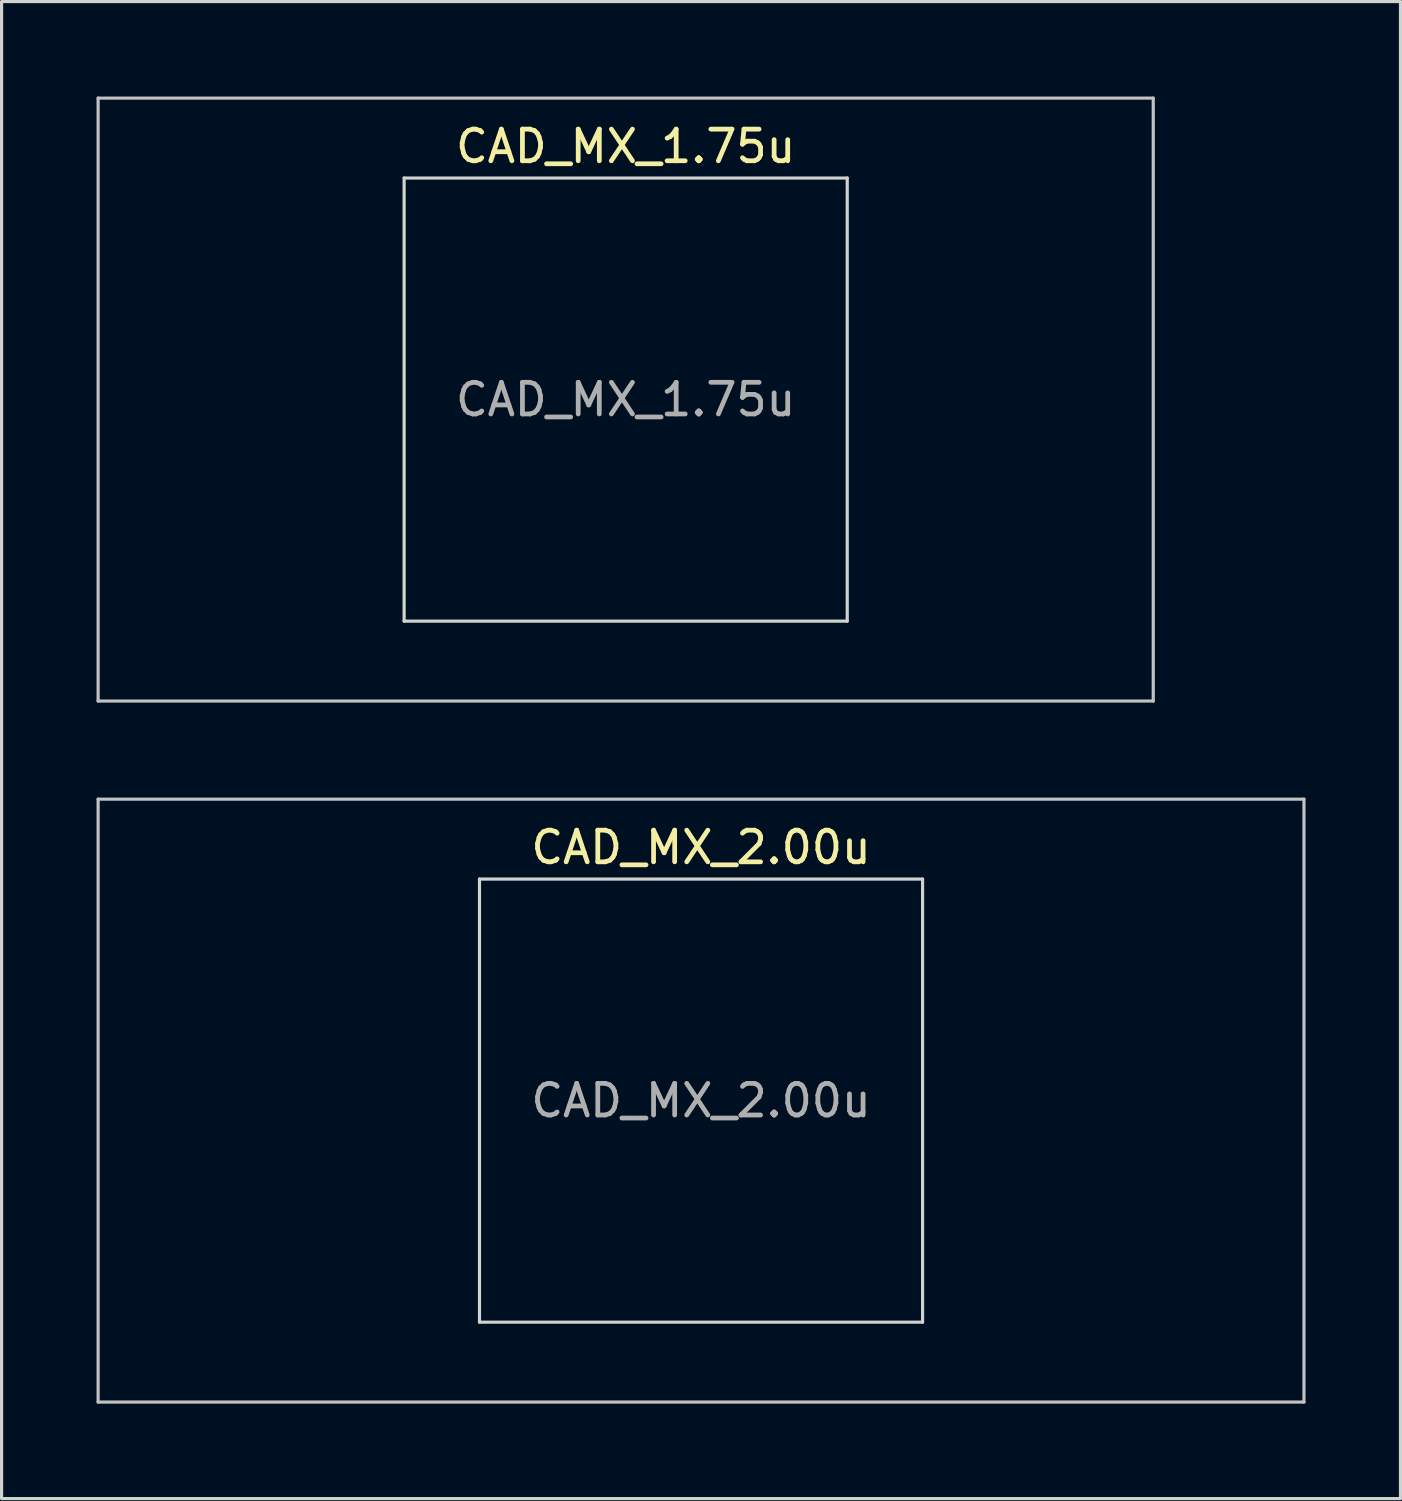
<source format=kicad_pcb>
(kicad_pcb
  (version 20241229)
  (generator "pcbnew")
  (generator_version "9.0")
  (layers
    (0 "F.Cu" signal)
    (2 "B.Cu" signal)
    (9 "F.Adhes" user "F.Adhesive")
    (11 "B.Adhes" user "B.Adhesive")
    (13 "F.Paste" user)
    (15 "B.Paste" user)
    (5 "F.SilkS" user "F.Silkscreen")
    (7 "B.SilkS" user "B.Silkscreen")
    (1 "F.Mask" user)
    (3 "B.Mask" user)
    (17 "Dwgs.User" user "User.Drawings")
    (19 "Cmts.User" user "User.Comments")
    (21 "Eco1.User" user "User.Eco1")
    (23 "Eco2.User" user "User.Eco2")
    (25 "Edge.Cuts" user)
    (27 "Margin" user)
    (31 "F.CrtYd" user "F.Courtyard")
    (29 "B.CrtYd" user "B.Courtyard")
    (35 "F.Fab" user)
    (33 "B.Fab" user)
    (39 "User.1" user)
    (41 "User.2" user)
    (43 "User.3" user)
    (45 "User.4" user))
  (footprint "CAD_MX_2.00u"
    (layer "F.Cu")
    (at 19.1 31.725)
    (property "Reference" "CAD_MX_2.00u" (at 0 -8 0) (layer "F.SilkS") (effects (font (size 1 1) (thickness 0.15))))
    (attr through_hole)
    (fp_line (start -19.05 -9.525) (end -19.05 9.525) (stroke (width 0.1) (type solid)) (layer "Dwgs.User"))
    (fp_line (start -19.05 9.525) (end 19.05 9.525) (stroke (width 0.1) (type solid)) (layer "Dwgs.User"))
    (fp_line (start 19.05 -9.525) (end -19.05 -9.525) (stroke (width 0.1) (type solid)) (layer "Dwgs.User"))
    (fp_line (start 19.05 9.525) (end 19.05 -9.525) (stroke (width 0.1) (type solid)) (layer "Dwgs.User"))
    (fp_line (start -7 -7) (end -7 7) (stroke (width 0.1) (type solid)) (layer "Edge.Cuts"))
    (fp_line (start -7 7) (end 7 7) (stroke (width 0.1) (type solid)) (layer "Edge.Cuts"))
    (fp_line (start 7 -7) (end -7 -7) (stroke (width 0.1) (type solid)) (layer "Edge.Cuts"))
    (fp_line (start 7 7) (end 7 -7) (stroke (width 0.1) (type solid)) (layer "Edge.Cuts"))
    (fp_text user "${REFERENCE}" (at 0 0 0) (layer "F.Fab") (effects (font (size 1 1) (thickness 0.15)))))
  (footprint "CAD_MX_1.75u"
    (layer "F.Cu")
    (at 16.719 9.575)
    (property "Reference" "CAD_MX_1.75u" (at 0 -8 0) (layer "F.SilkS") (effects (font (size 1 1) (thickness 0.15))))
    (attr through_hole)
    (fp_line (start -16.669 -9.525) (end -16.669 9.525) (stroke (width 0.1) (type solid)) (layer "Dwgs.User"))
    (fp_line (start -16.669 9.525) (end 16.669 9.525) (stroke (width 0.1) (type solid)) (layer "Dwgs.User"))
    (fp_line (start 16.669 -9.525) (end -16.669 -9.525) (stroke (width 0.1) (type solid)) (layer "Dwgs.User"))
    (fp_line (start 16.669 9.525) (end 16.669 -9.525) (stroke (width 0.1) (type solid)) (layer "Dwgs.User"))
    (fp_line (start -7 -7) (end -7 7) (stroke (width 0.1) (type solid)) (layer "Edge.Cuts"))
    (fp_line (start -7 7) (end 7 7) (stroke (width 0.1) (type solid)) (layer "Edge.Cuts"))
    (fp_line (start 7 -7) (end -7 -7) (stroke (width 0.1) (type solid)) (layer "Edge.Cuts"))
    (fp_line (start 7 7) (end 7 -7) (stroke (width 0.1) (type solid)) (layer "Edge.Cuts"))
    (fp_text user "${REFERENCE}" (at 0 0 0) (layer "F.Fab") (effects (font (size 1 1) (thickness 0.15)))))
  (gr_rect
    (start -3 -3)
    (end 41.2 44.3)
    (stroke (width 0.1) (type default))
    (fill no)
    (layer "Edge.Cuts")))
</source>
